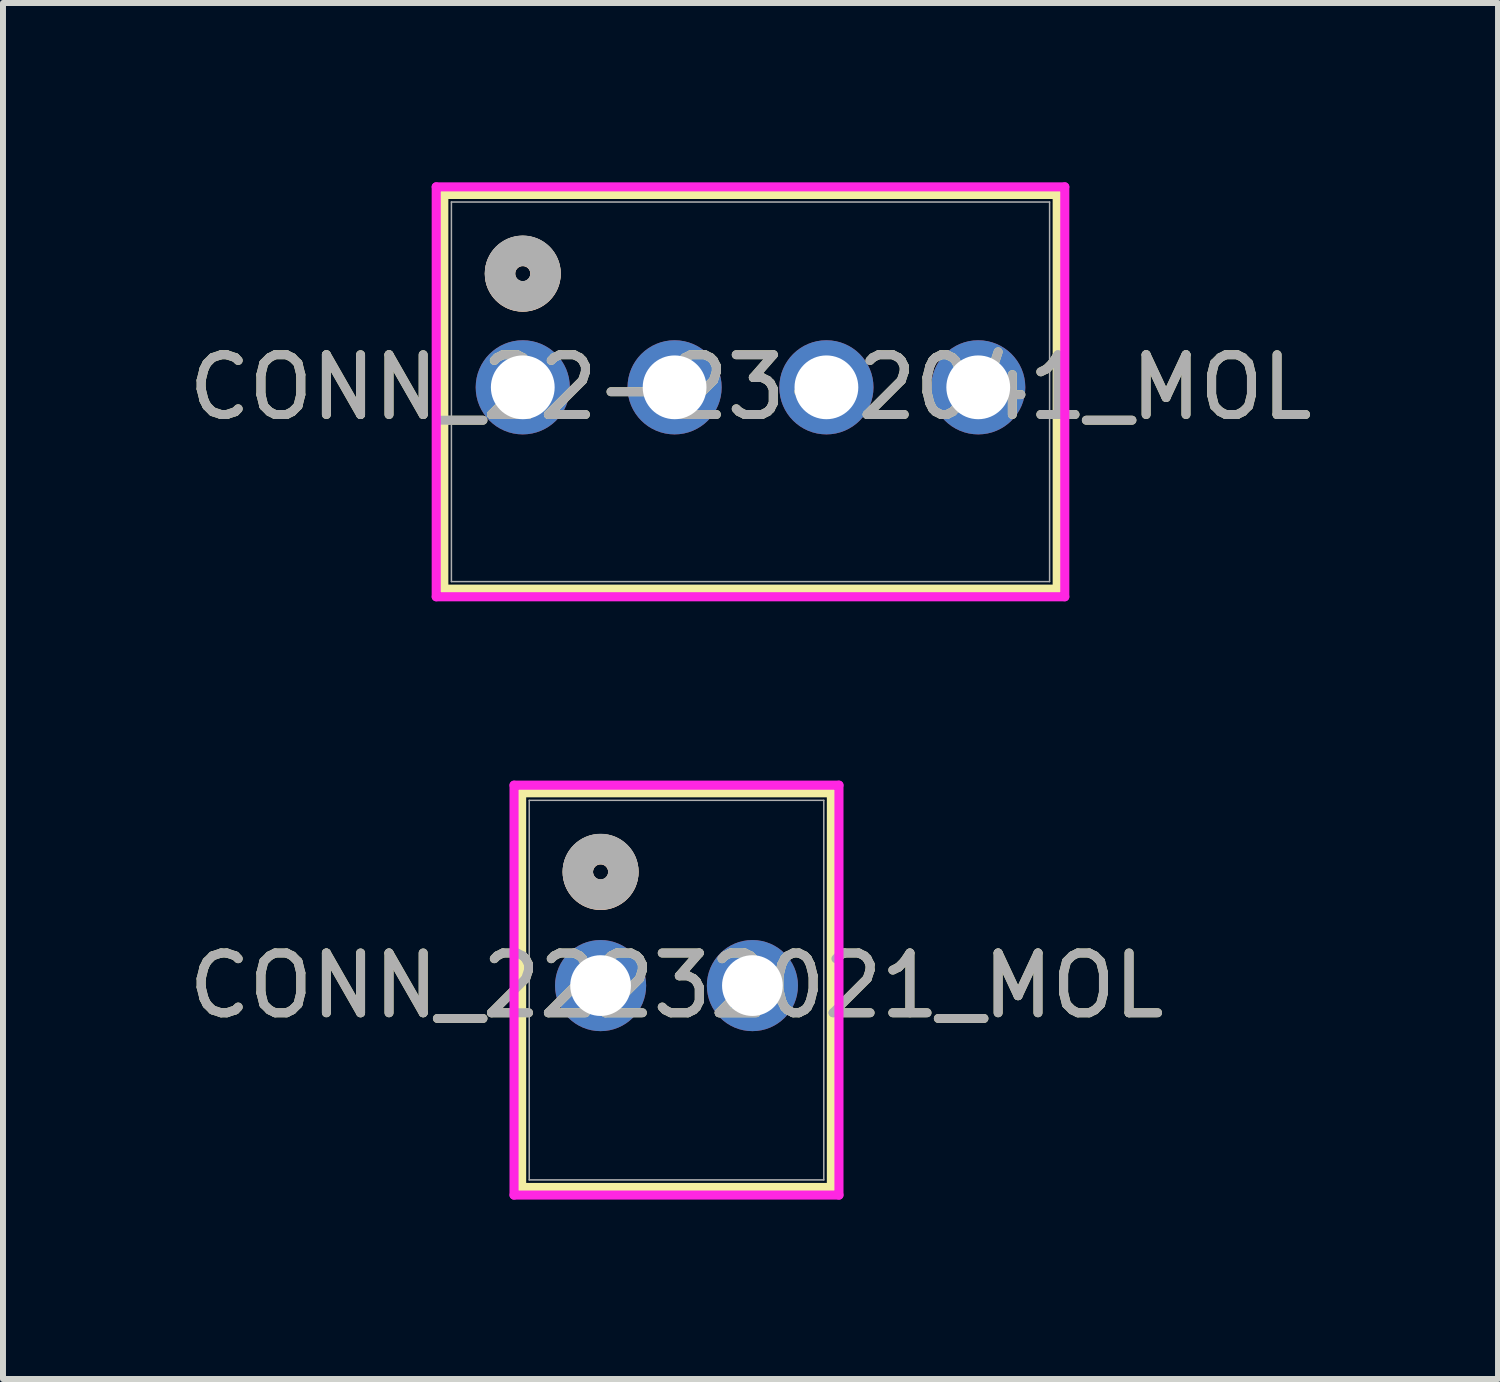
<source format=kicad_pcb>
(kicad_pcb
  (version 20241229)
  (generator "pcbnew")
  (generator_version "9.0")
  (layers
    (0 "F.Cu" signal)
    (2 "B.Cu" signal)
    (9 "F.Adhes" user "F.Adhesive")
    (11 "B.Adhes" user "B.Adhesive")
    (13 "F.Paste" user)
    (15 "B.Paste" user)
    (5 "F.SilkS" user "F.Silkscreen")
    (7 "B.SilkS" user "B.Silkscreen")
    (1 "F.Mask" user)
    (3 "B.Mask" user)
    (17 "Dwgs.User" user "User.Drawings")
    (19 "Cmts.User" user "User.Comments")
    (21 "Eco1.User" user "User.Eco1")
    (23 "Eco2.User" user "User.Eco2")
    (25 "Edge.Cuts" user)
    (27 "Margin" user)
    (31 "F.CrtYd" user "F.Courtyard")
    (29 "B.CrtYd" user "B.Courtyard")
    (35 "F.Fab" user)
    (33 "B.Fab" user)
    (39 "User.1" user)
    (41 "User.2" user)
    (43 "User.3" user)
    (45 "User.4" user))
  (footprint "CONN_22232021_MOL"
    (layer "F.Cu")
    (at 6.998 13.439)
    (property "Reference" "CONN_22232021_MOL" (at 1.27 0 0) (unlocked yes) (layer "F.SilkS") (effects (font (size 1 1) (thickness 0.15))))
    (attr through_hole)
    (fp_line (start -1.321 -3.226) (end -1.321 3.378) (stroke (width 0.152) (type solid)) (layer "F.SilkS"))
    (fp_line (start -1.321 3.378) (end 3.861 3.378) (stroke (width 0.152) (type solid)) (layer "F.SilkS"))
    (fp_line (start 3.861 -3.226) (end -1.321 -3.226) (stroke (width 0.152) (type solid)) (layer "F.SilkS"))
    (fp_line (start 3.861 3.378) (end 3.861 -3.226) (stroke (width 0.152) (type solid)) (layer "F.SilkS"))
    (fp_circle (center 0 -1.901) (end 0.381 -1.901) (stroke (width 0.508) (type solid)) (fill no) (layer "F.SilkS"))
    (fp_circle (center 0 -1.901) (end 0.381 -1.901) (stroke (width 0.508) (type solid)) (fill no) (layer "B.SilkS"))
    (fp_line (start -1.448 -3.353) (end -1.448 3.505) (stroke (width 0.152) (type solid)) (layer "F.CrtYd"))
    (fp_line (start -1.448 3.505) (end 3.988 3.505) (stroke (width 0.152) (type solid)) (layer "F.CrtYd"))
    (fp_line (start 3.988 -3.353) (end -1.448 -3.353) (stroke (width 0.152) (type solid)) (layer "F.CrtYd"))
    (fp_line (start 3.988 3.505) (end 3.988 -3.353) (stroke (width 0.152) (type solid)) (layer "F.CrtYd"))
    (fp_line (start -1.194 -3.099) (end -1.194 3.251) (stroke (width 0.025) (type solid)) (layer "F.Fab"))
    (fp_line (start -1.194 3.251) (end 3.734 3.251) (stroke (width 0.025) (type solid)) (layer "F.Fab"))
    (fp_line (start 3.734 -3.099) (end -1.194 -3.099) (stroke (width 0.025) (type solid)) (layer "F.Fab"))
    (fp_line (start 3.734 3.251) (end 3.734 -3.099) (stroke (width 0.025) (type solid)) (layer "F.Fab"))
    (fp_circle (center 0 -1.905) (end 0.381 -1.905) (stroke (width 0.508) (type solid)) (fill no) (layer "F.Fab"))
    (fp_text user "${REFERENCE}" (at 1.27 0 0) (unlocked yes) (layer "F.Fab") (effects (font (size 1 1) (thickness 0.15))))
    (pad "1" thru_hole circle (at 0 0) (size 1.524 1.524) (drill 1.016) (layers "*.Cu" "*.Mask"))
    (pad "2" thru_hole circle (at 2.54 0) (size 1.524 1.524) (drill 1.016) (layers "*.Cu" "*.Mask")))
  (footprint "CONN_22-23-2041_MOL"
    (layer "F.Cu")
    (at 5.696 3.43)
    (property "Reference" "CONN_22-23-2041_MOL" (at 3.81 0 0) (unlocked yes) (layer "F.SilkS") (effects (font (size 1 1) (thickness 0.15))))
    (attr through_hole)
    (fp_line (start -1.321 -3.227) (end -1.321 3.377) (stroke (width 0.152) (type solid)) (layer "F.SilkS"))
    (fp_line (start -1.321 3.377) (end 8.941 3.377) (stroke (width 0.152) (type solid)) (layer "F.SilkS"))
    (fp_line (start 8.941 -3.227) (end -1.321 -3.227) (stroke (width 0.152) (type solid)) (layer "F.SilkS"))
    (fp_line (start 8.941 3.377) (end 8.941 -3.227) (stroke (width 0.152) (type solid)) (layer "F.SilkS"))
    (fp_circle (center 0 -1.901) (end 0.381 -1.901) (stroke (width 0.508) (type solid)) (fill no) (layer "F.SilkS"))
    (fp_circle (center 0 -1.901) (end 0.381 -1.901) (stroke (width 0.508) (type solid)) (fill no) (layer "B.SilkS"))
    (fp_line (start -1.448 -3.354) (end -1.448 3.504) (stroke (width 0.152) (type solid)) (layer "F.CrtYd"))
    (fp_line (start -1.448 3.504) (end 9.068 3.504) (stroke (width 0.152) (type solid)) (layer "F.CrtYd"))
    (fp_line (start 9.068 -3.354) (end -1.448 -3.354) (stroke (width 0.152) (type solid)) (layer "F.CrtYd"))
    (fp_line (start 9.068 3.504) (end 9.068 -3.354) (stroke (width 0.152) (type solid)) (layer "F.CrtYd"))
    (fp_line (start -1.194 -3.1) (end -1.194 3.25) (stroke (width 0.025) (type solid)) (layer "F.Fab"))
    (fp_line (start -1.194 3.25) (end 8.814 3.25) (stroke (width 0.025) (type solid)) (layer "F.Fab"))
    (fp_line (start 8.814 -3.1) (end -1.194 -3.1) (stroke (width 0.025) (type solid)) (layer "F.Fab"))
    (fp_line (start 8.814 3.25) (end 8.814 -3.1) (stroke (width 0.025) (type solid)) (layer "F.Fab"))
    (fp_circle (center 0 -1.905) (end 0.381 -1.905) (stroke (width 0.508) (type solid)) (fill no) (layer "F.Fab"))
    (fp_text user "${REFERENCE}" (at 3.81 0 0) (unlocked yes) (layer "F.Fab") (effects (font (size 1 1) (thickness 0.15))))
    (pad "1" thru_hole circle (at 0 0) (size 1.575 1.575) (drill 1.067) (layers "*.Cu" "*.Mask"))
    (pad "2" thru_hole circle (at 2.54 0) (size 1.575 1.575) (drill 1.067) (layers "*.Cu" "*.Mask"))
    (pad "3" thru_hole circle (at 5.08 0) (size 1.575 1.575) (drill 1.067) (layers "*.Cu" "*.Mask"))
    (pad "4" thru_hole circle (at 7.62 0) (size 1.575 1.575) (drill 1.067) (layers "*.Cu" "*.Mask")))
  (gr_rect
    (start -3 -3)
    (end 22.012 20.021)
    (stroke (width 0.1) (type default))
    (fill no)
    (layer "Edge.Cuts")))
</source>
